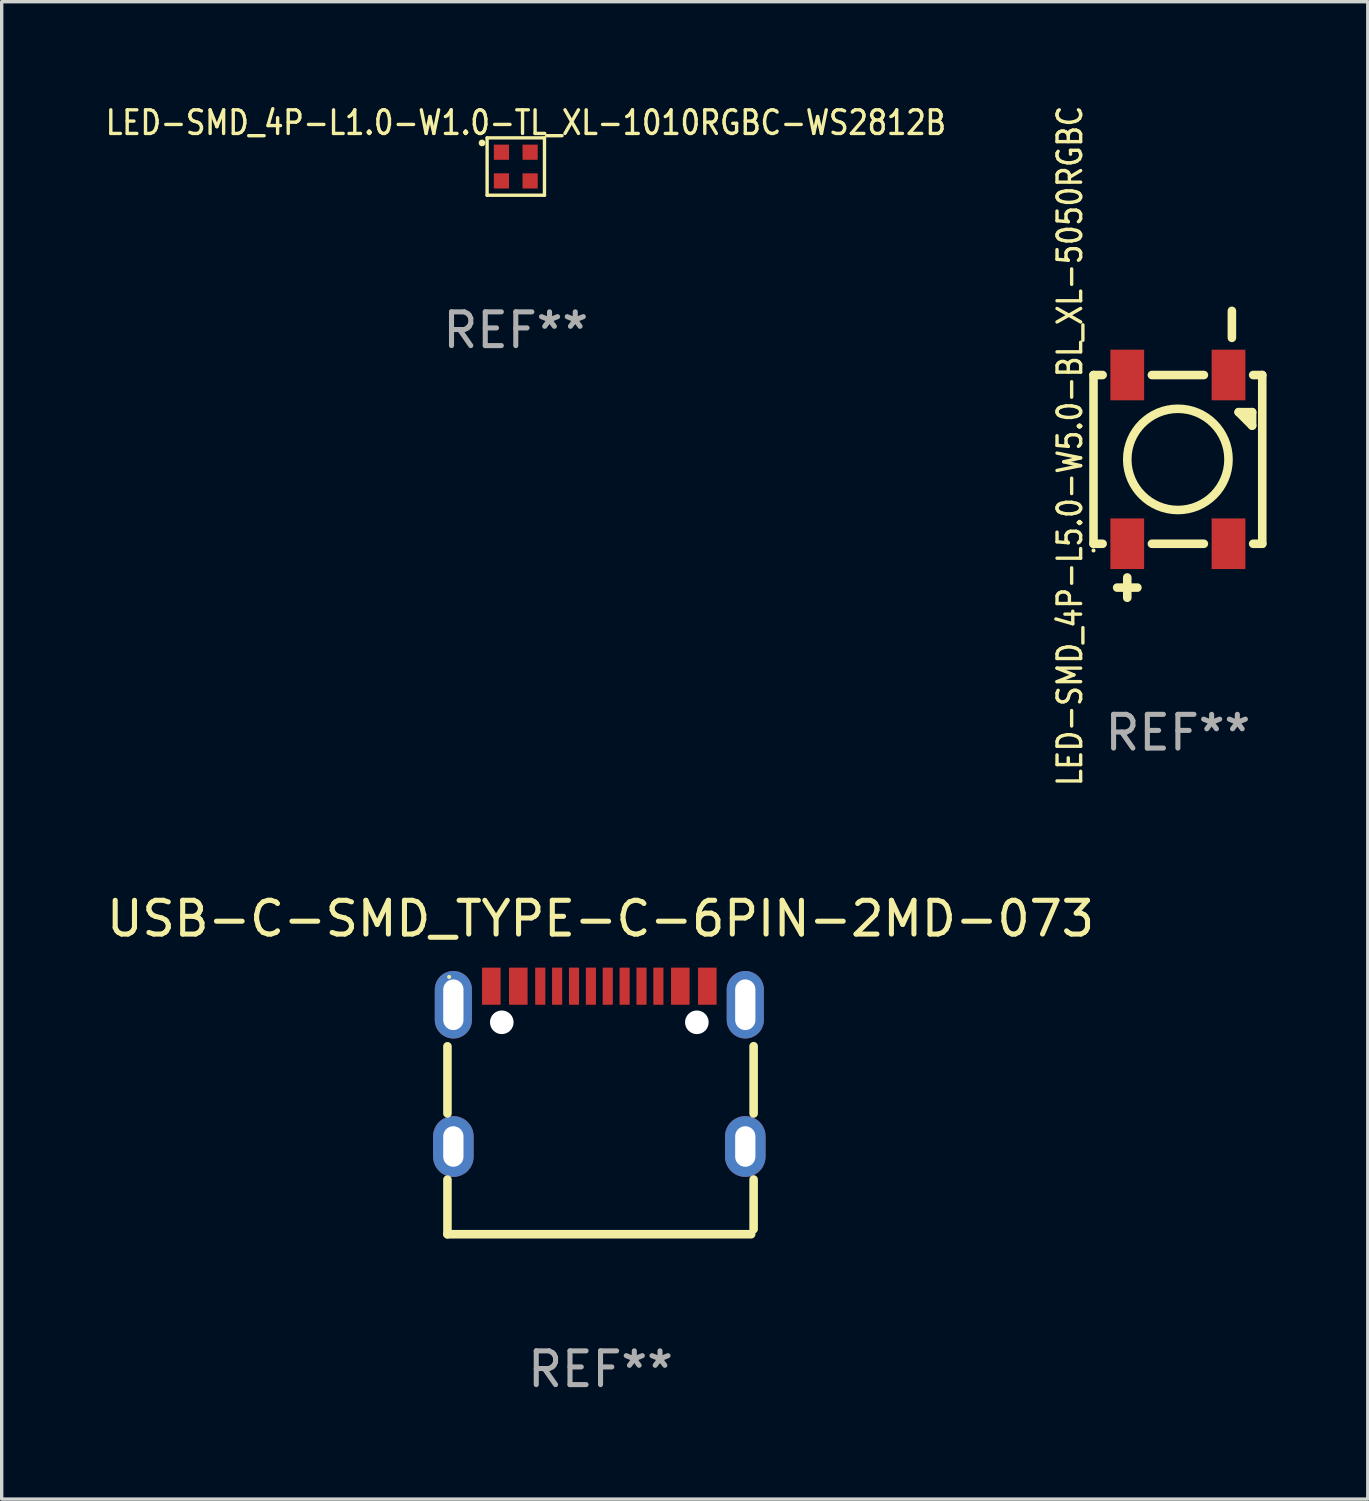
<source format=kicad_pcb>
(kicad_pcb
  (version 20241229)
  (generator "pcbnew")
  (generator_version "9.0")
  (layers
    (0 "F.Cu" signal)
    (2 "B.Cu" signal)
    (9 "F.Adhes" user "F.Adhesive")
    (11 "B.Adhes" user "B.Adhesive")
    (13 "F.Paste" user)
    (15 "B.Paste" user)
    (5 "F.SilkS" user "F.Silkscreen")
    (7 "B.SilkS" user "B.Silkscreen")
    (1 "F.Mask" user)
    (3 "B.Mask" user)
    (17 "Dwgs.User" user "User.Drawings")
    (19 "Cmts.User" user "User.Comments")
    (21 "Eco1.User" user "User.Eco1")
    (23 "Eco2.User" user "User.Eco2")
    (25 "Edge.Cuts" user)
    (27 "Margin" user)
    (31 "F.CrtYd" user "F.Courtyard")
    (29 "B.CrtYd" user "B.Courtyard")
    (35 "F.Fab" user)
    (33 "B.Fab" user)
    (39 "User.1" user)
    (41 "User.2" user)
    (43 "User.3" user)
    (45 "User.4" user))
  (footprint "LED-SMD_4P-L5.0-W5.0-BL_XL-5050RGBC"
    (layer "F.Cu")
    (at 31.851 10.561)
    (property "Reference" "LED-SMD_4P-L5.0-W5.0-BL_XL-5050RGBC" (at -3.2 -0.4 90) (layer "F.SilkS") (effects (font (size 0.7 0.6) (thickness 0.1) (bold yes))))
    (attr smd)
    (fp_line (start -2.5 -2.499) (end -2.23 -2.499) (stroke (width 0.254) (type solid)) (layer "F.SilkS"))
    (fp_line (start -2.5 2.501) (end -2.5 -2.499) (stroke (width 0.254) (type solid)) (layer "F.SilkS"))
    (fp_line (start -2.5 2.501) (end -2.23 2.501) (stroke (width 0.254) (type solid)) (layer "F.SilkS"))
    (fp_line (start -1.8 3.8) (end -1.2 3.8) (stroke (width 0.254) (type solid)) (layer "F.SilkS"))
    (fp_line (start -1.5 4.1) (end -1.5 3.5) (stroke (width 0.254) (type solid)) (layer "F.SilkS"))
    (fp_line (start -0.77 -2.499) (end 0.77 -2.499) (stroke (width 0.254) (type solid)) (layer "F.SilkS"))
    (fp_line (start -0.77 2.501) (end 0.77 2.501) (stroke (width 0.254) (type solid)) (layer "F.SilkS"))
    (fp_line (start 1.6 -4.4) (end 1.6 -3.6) (stroke (width 0.254) (type solid)) (layer "F.SilkS"))
    (fp_line (start 1.8 -1.399) (end 2.2 -1.399) (stroke (width 0.254) (type solid)) (layer "F.SilkS"))
    (fp_line (start 2.2 -0.999) (end 1.8 -1.399) (stroke (width 0.254) (type solid)) (layer "F.SilkS"))
    (fp_line (start 2.2 -1.399) (end 2.2 -0.999) (stroke (width 0.254) (type solid)) (layer "F.SilkS"))
    (fp_line (start 2.23 -2.499) (end 2.5 -2.499) (stroke (width 0.254) (type solid)) (layer "F.SilkS"))
    (fp_line (start 2.23 2.501) (end 2.5 2.501) (stroke (width 0.254) (type solid)) (layer "F.SilkS"))
    (fp_line (start 2.5 2.501) (end 2.5 -2.499) (stroke (width 0.254) (type solid)) (layer "F.SilkS"))
    (fp_circle (center -2.5 2.7) (end -2.47 2.7) (stroke (width 0.06) (type solid)) (fill no) (layer "F.SilkS"))
    (fp_circle (center 0 0.001) (end 1.5 0.001) (stroke (width 0.254) (type solid)) (fill no) (layer "F.SilkS"))
    (fp_text user "REF**" (at 0.000127 8.1 0) (layer "F.Fab") (effects (font (size 1 1) (thickness 0.15))))
    (pad "1" smd rect (at -1.5 2.5 90) (size 1.5 1) (layers "F.Cu" "F.Mask" "F.Paste"))
    (pad "2" smd rect (at 1.5 2.5 90) (size 1.5 1) (layers "F.Cu" "F.Mask" "F.Paste"))
    (pad "3" smd rect (at 1.5 -2.5 90) (size 1.5 1) (layers "F.Cu" "F.Mask" "F.Paste"))
    (pad "4" smd rect (at -1.5 -2.5 90) (size 1.5 1) (layers "F.Cu" "F.Mask" "F.Paste")))
  (footprint "LED-SMD_4P-L1.0-W1.0-TL_XL-1010RGBC-WS2812B"
    (layer "F.Cu")
    (at 12.233 1.885)
    (property "Reference" "LED-SMD_4P-L1.0-W1.0-TL_XL-1010RGBC-WS2812B" (at 0.3 -1.3 0) (layer "F.SilkS") (effects (font (size 0.7 0.6) (thickness 0.1) (bold yes))))
    (attr smd)
    (fp_line (start -0.85 -0.85) (end -0.85 0.85) (stroke (width 0.1) (type solid)) (layer "F.SilkS"))
    (fp_line (start -0.85 0.85) (end 0.85 0.85) (stroke (width 0.1) (type solid)) (layer "F.SilkS"))
    (fp_line (start 0.85 -0.85) (end -0.85 -0.85) (stroke (width 0.1) (type solid)) (layer "F.SilkS"))
    (fp_line (start 0.85 0.85) (end 0.85 -0.85) (stroke (width 0.1) (type solid)) (layer "F.SilkS"))
    (fp_circle (center -1 -0.7) (end -0.95 -0.7) (stroke (width 0.1) (type solid)) (fill no) (layer "F.SilkS"))
    (fp_text user "REF**" (at 0.000038 4.85 0) (layer "F.Fab") (effects (font (size 1 1) (thickness 0.15))))
    (pad "1" smd rect (at -0.425 -0.425) (size 0.45 0.45) (layers "F.Cu" "F.Mask" "F.Paste"))
    (pad "2" smd rect (at 0.425 -0.425) (size 0.45 0.45) (layers "F.Cu" "F.Mask" "F.Paste"))
    (pad "3" smd rect (at -0.425 0.425) (size 0.45 0.45) (layers "F.Cu" "F.Mask" "F.Paste"))
    (pad "4" smd rect (at 0.425 0.425) (size 0.45 0.45) (layers "F.Cu" "F.Mask" "F.Paste")))
  (footprint "USB-C-SMD_TYPE-C-6PIN-2MD-073"
    (layer "F.Cu")
    (at 14.708 28.546)
    (property "Reference" "USB-C-SMD_TYPE-C-6PIN-2MD-073" (at 0.036 -4.375 0) (layer "F.SilkS") (effects (font (size 1 1) (thickness 0.15))))
    (attr through_hole)
    (fp_line (start -4.5 1.394) (end -4.5 -0.594) (stroke (width 0.254) (type solid)) (layer "F.SilkS"))
    (fp_line (start -4.5 4.975) (end -4.5 3.356) (stroke (width 0.254) (type solid)) (layer "F.SilkS"))
    (fp_line (start 4.5 4.975) (end -4.5 4.975) (stroke (width 0.254) (type solid)) (layer "F.SilkS"))
    (fp_line (start 4.572 1.397) (end 4.572 -0.597) (stroke (width 0.254) (type solid)) (layer "F.SilkS"))
    (fp_line (start 4.572 4.826) (end 4.572 3.353) (stroke (width 0.254) (type solid)) (layer "F.SilkS"))
    (fp_circle (center -4.45 -2.649) (end -4.42 -2.649) (stroke (width 0.06) (type solid)) (fill no) (layer "F.SilkS"))
    (fp_circle (center -2.89 -1.305) (end -2.765 -1.305) (stroke (width 0.25) (type solid)) (fill no) (layer "F.Fab"))
    (fp_circle (center 2.89 -1.305) (end 3.015 -1.305) (stroke (width 0.25) (type solid)) (fill no) (layer "F.Fab"))
    (fp_text user "REF**" (at 0.036 8.975 0) (layer "F.Fab") (effects (font (size 1 1) (thickness 0.15))))
    (pad "" np_thru_hole circle (at -2.89 -1.305) (size 0.7 0.7) (drill 0.7) (layers "*.Cu" "*.Mask"))
    (pad "" np_thru_hole circle (at 2.89 -1.305) (size 0.7 0.7) (drill 0.7) (layers "*.Cu" "*.Mask"))
    (pad "A1" smd rect (at -3.2 -2.375) (size 0.55 1.1) (layers "F.Cu" "F.Mask" "F.Paste"))
    (pad "A4" smd rect (at -2.4 -2.375) (size 0.55 1.1) (layers "F.Cu" "F.Mask" "F.Paste"))
    (pad "A5" smd rect (at -1.25 -2.375) (size 0.3 1.1) (layers "F.Cu" "F.Mask" "F.Paste"))
    (pad "A6" smd rect (at -0.25 -2.375) (size 0.3 1.1) (layers "F.Cu" "F.Mask" "F.Paste"))
    (pad "A7" smd rect (at 0.25 -2.375) (size 0.3 1.1) (layers "F.Cu" "F.Mask" "F.Paste"))
    (pad "A8" smd rect (at 1.25 -2.375) (size 0.3 1.1) (layers "F.Cu" "F.Mask" "F.Paste"))
    (pad "B1" smd rect (at 3.2 -2.375) (size 0.55 1.1) (layers "F.Cu" "F.Mask" "F.Paste"))
    (pad "B4" smd rect (at 2.4 -2.375) (size 0.55 1.1) (layers "F.Cu" "F.Mask" "F.Paste"))
    (pad "B5" smd rect (at 1.75 -2.375) (size 0.3 1.1) (layers "F.Cu" "F.Mask" "F.Paste"))
    (pad "B6" smd rect (at 0.75 -2.375) (size 0.3 1.1) (layers "F.Cu" "F.Mask" "F.Paste"))
    (pad "B7" smd rect (at -0.75 -2.375) (size 0.3 1.1) (layers "F.Cu" "F.Mask" "F.Paste"))
    (pad "B8" smd rect (at -1.75 -2.375) (size 0.3 1.1) (layers "F.Cu" "F.Mask" "F.Paste"))
    (pad "S1" thru_hole oval (at -4.325 -1.825) (size 1.1 2) (drill oval 0.6 1.5) (layers "*.Cu" "*.Mask"))
    (pad "S1" thru_hole oval (at -4.325 2.375) (size 1.2 1.8) (drill oval 0.6 1.2) (layers "*.Cu" "*.Mask"))
    (pad "S1" thru_hole oval (at 4.325 -1.825) (size 1.1 2) (drill oval 0.6 1.5) (layers "*.Cu" "*.Mask"))
    (pad "S1" thru_hole oval (at 4.325 2.375) (size 1.2 1.8) (drill oval 0.6 1.2) (layers "*.Cu" "*.Mask")))
  (gr_rect
    (start -3 -3)
    (end 37.478 41.369)
    (stroke (width 0.1) (type default))
    (fill no)
    (layer "Edge.Cuts")))
</source>
